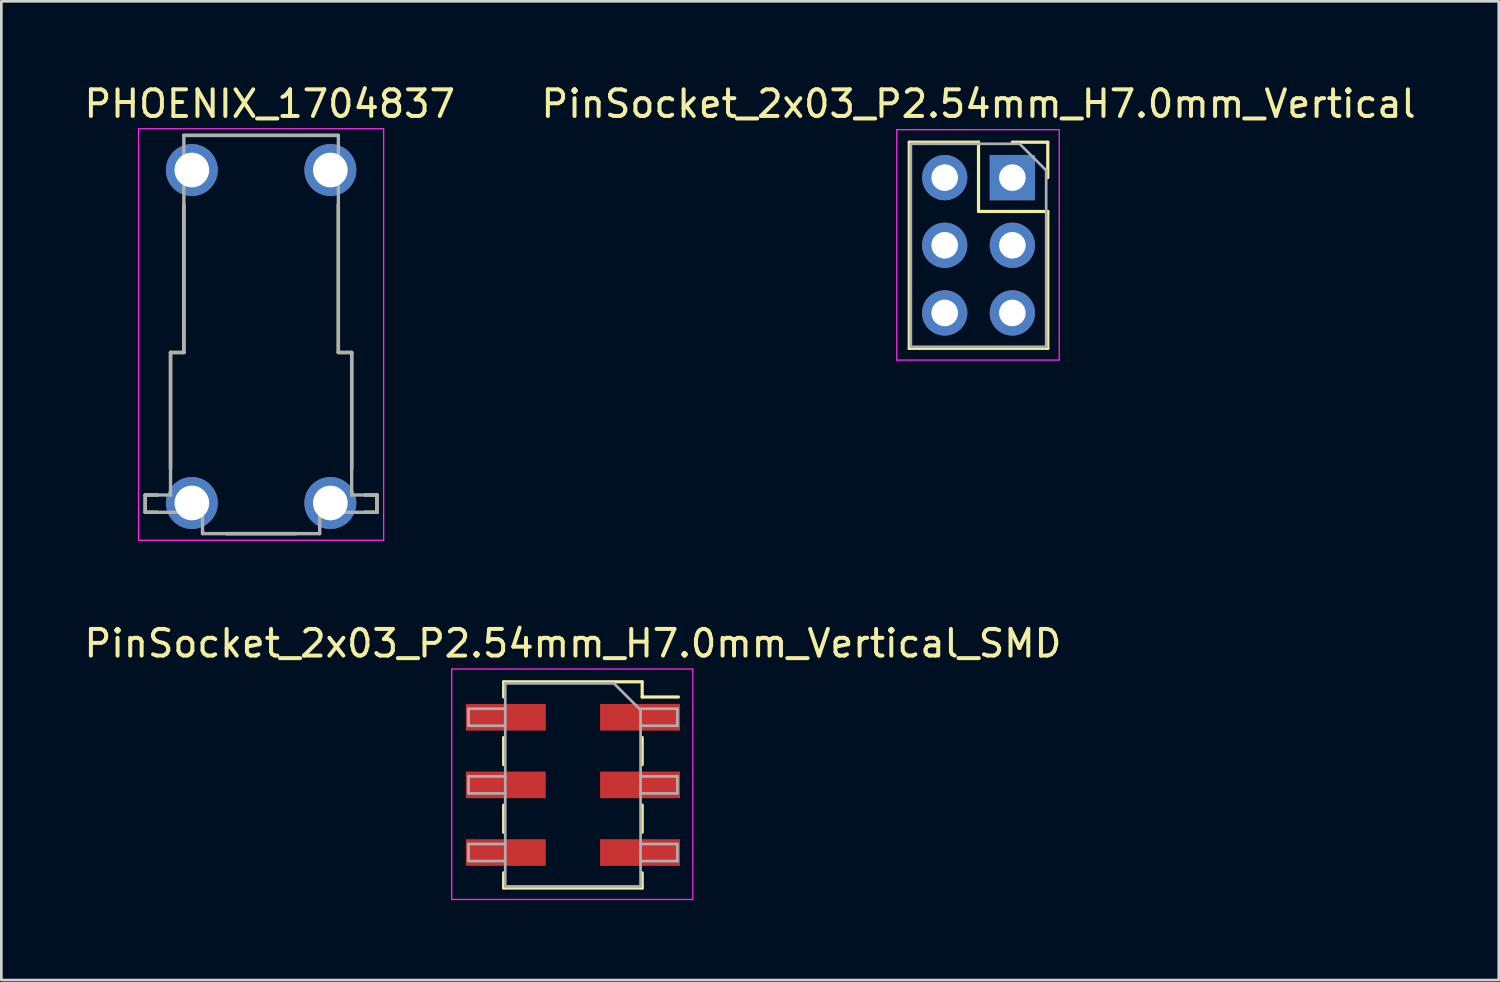
<source format=kicad_pcb>
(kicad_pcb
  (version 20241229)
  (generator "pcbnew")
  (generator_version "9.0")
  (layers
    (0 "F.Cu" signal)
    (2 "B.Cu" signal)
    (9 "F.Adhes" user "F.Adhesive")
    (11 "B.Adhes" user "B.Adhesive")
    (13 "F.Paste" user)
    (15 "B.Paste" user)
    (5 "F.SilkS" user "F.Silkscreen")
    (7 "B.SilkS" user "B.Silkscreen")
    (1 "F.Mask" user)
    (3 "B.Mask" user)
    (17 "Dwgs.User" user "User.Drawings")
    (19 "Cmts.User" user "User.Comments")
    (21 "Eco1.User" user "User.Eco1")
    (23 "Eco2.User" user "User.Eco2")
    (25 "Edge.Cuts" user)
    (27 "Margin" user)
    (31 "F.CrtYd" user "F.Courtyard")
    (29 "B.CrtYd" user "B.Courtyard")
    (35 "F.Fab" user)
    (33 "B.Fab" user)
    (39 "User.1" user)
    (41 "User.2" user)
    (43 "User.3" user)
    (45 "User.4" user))
  (footprint "PinSocket_2x03_P2.54mm_H7.0mm_Vertical_SMD"
    (layer "F.Cu")
    (at 18.458 26.416)
    (property "Reference" "PinSocket_2x03_P2.54mm_H7.0mm_Vertical_SMD" (at 0 -5.31 0) (layer "F.SilkS") (effects (font (size 1 1) (thickness 0.15))))
    (attr smd)
    (fp_line (start -2.6 -3.87) (end -2.6 -3.3) (stroke (width 0.12) (type solid)) (layer "F.SilkS"))
    (fp_line (start -2.6 -3.87) (end 2.6 -3.87) (stroke (width 0.12) (type solid)) (layer "F.SilkS"))
    (fp_line (start -2.6 -1.78) (end -2.6 -0.76) (stroke (width 0.12) (type solid)) (layer "F.SilkS"))
    (fp_line (start -2.6 0.76) (end -2.6 1.78) (stroke (width 0.12) (type solid)) (layer "F.SilkS"))
    (fp_line (start -2.6 3.3) (end -2.6 3.87) (stroke (width 0.12) (type solid)) (layer "F.SilkS"))
    (fp_line (start -2.6 3.87) (end 2.6 3.87) (stroke (width 0.12) (type solid)) (layer "F.SilkS"))
    (fp_line (start 2.6 -3.87) (end 2.6 -3.3) (stroke (width 0.12) (type solid)) (layer "F.SilkS"))
    (fp_line (start 2.6 -3.3) (end 3.96 -3.3) (stroke (width 0.12) (type solid)) (layer "F.SilkS"))
    (fp_line (start 2.6 -1.78) (end 2.6 -0.76) (stroke (width 0.12) (type solid)) (layer "F.SilkS"))
    (fp_line (start 2.6 0.76) (end 2.6 1.78) (stroke (width 0.12) (type solid)) (layer "F.SilkS"))
    (fp_line (start 2.6 3.3) (end 2.6 3.87) (stroke (width 0.12) (type solid)) (layer "F.SilkS"))
    (fp_line (start -4.55 -4.35) (end 4.5 -4.35) (stroke (width 0.05) (type solid)) (layer "F.CrtYd"))
    (fp_line (start -4.55 4.3) (end -4.55 -4.35) (stroke (width 0.05) (type solid)) (layer "F.CrtYd"))
    (fp_line (start 4.5 -4.35) (end 4.5 4.3) (stroke (width 0.05) (type solid)) (layer "F.CrtYd"))
    (fp_line (start 4.5 4.3) (end -4.55 4.3) (stroke (width 0.05) (type solid)) (layer "F.CrtYd"))
    (fp_line (start -3.92 -2.86) (end -2.54 -2.86) (stroke (width 0.1) (type solid)) (layer "F.Fab"))
    (fp_line (start -3.92 -2.22) (end -3.92 -2.86) (stroke (width 0.1) (type solid)) (layer "F.Fab"))
    (fp_line (start -3.92 -0.32) (end -2.54 -0.32) (stroke (width 0.1) (type solid)) (layer "F.Fab"))
    (fp_line (start -3.92 0.32) (end -3.92 -0.32) (stroke (width 0.1) (type solid)) (layer "F.Fab"))
    (fp_line (start -3.92 2.22) (end -2.54 2.22) (stroke (width 0.1) (type solid)) (layer "F.Fab"))
    (fp_line (start -3.92 2.86) (end -3.92 2.22) (stroke (width 0.1) (type solid)) (layer "F.Fab"))
    (fp_line (start -2.54 -3.81) (end 1.54 -3.81) (stroke (width 0.1) (type solid)) (layer "F.Fab"))
    (fp_line (start -2.54 -2.22) (end -3.92 -2.22) (stroke (width 0.1) (type solid)) (layer "F.Fab"))
    (fp_line (start -2.54 0.32) (end -3.92 0.32) (stroke (width 0.1) (type solid)) (layer "F.Fab"))
    (fp_line (start -2.54 2.86) (end -3.92 2.86) (stroke (width 0.1) (type solid)) (layer "F.Fab"))
    (fp_line (start -2.54 3.81) (end -2.54 -3.81) (stroke (width 0.1) (type solid)) (layer "F.Fab"))
    (fp_line (start 1.54 -3.81) (end 2.54 -2.81) (stroke (width 0.1) (type solid)) (layer "F.Fab"))
    (fp_line (start 2.54 -2.86) (end 3.92 -2.86) (stroke (width 0.1) (type solid)) (layer "F.Fab"))
    (fp_line (start 2.54 -2.81) (end 2.54 3.81) (stroke (width 0.1) (type solid)) (layer "F.Fab"))
    (fp_line (start 2.54 -0.32) (end 3.92 -0.32) (stroke (width 0.1) (type solid)) (layer "F.Fab"))
    (fp_line (start 2.54 2.22) (end 3.92 2.22) (stroke (width 0.1) (type solid)) (layer "F.Fab"))
    (fp_line (start 2.54 3.81) (end -2.54 3.81) (stroke (width 0.1) (type solid)) (layer "F.Fab"))
    (fp_line (start 3.92 -2.86) (end 3.92 -2.22) (stroke (width 0.1) (type solid)) (layer "F.Fab"))
    (fp_line (start 3.92 -2.22) (end 2.54 -2.22) (stroke (width 0.1) (type solid)) (layer "F.Fab"))
    (fp_line (start 3.92 -0.32) (end 3.92 0.32) (stroke (width 0.1) (type solid)) (layer "F.Fab"))
    (fp_line (start 3.92 0.32) (end 2.54 0.32) (stroke (width 0.1) (type solid)) (layer "F.Fab"))
    (fp_line (start 3.92 2.22) (end 3.92 2.86) (stroke (width 0.1) (type solid)) (layer "F.Fab"))
    (fp_line (start 3.92 2.86) (end 2.54 2.86) (stroke (width 0.1) (type solid)) (layer "F.Fab"))
    (pad "1" smd rect (at 2.52 -2.54) (size 3 1) (layers "F.Cu" "F.Mask" "F.Paste"))
    (pad "2" smd rect (at -2.52 -2.54) (size 3 1) (layers "F.Cu" "F.Mask" "F.Paste"))
    (pad "3" smd rect (at 2.52 0) (size 3 1) (layers "F.Cu" "F.Mask" "F.Paste"))
    (pad "4" smd rect (at -2.52 0) (size 3 1) (layers "F.Cu" "F.Mask" "F.Paste"))
    (pad "5" smd rect (at 2.52 2.54) (size 3 1) (layers "F.Cu" "F.Mask" "F.Paste"))
    (pad "6" smd rect (at -2.52 2.54) (size 3 1) (layers "F.Cu" "F.Mask" "F.Paste")))
  (footprint "PinSocket_2x03_P2.54mm_H7.0mm_Vertical"
    (layer "F.Cu")
    (at 34.955 3.618)
    (property "Reference" "PinSocket_2x03_P2.54mm_H7.0mm_Vertical" (at -1.27 -2.77 0) (layer "F.SilkS") (effects (font (size 1 1) (thickness 0.15))))
    (attr through_hole)
    (fp_line (start -3.87 -1.33) (end -3.87 6.41) (stroke (width 0.12) (type solid)) (layer "F.SilkS"))
    (fp_line (start -3.87 -1.33) (end -1.27 -1.33) (stroke (width 0.12) (type solid)) (layer "F.SilkS"))
    (fp_line (start -3.87 6.41) (end 1.33 6.41) (stroke (width 0.12) (type solid)) (layer "F.SilkS"))
    (fp_line (start -1.27 -1.33) (end -1.27 1.27) (stroke (width 0.12) (type solid)) (layer "F.SilkS"))
    (fp_line (start -1.27 1.27) (end 1.33 1.27) (stroke (width 0.12) (type solid)) (layer "F.SilkS"))
    (fp_line (start 0 -1.33) (end 1.33 -1.33) (stroke (width 0.12) (type solid)) (layer "F.SilkS"))
    (fp_line (start 1.33 -1.33) (end 1.33 0) (stroke (width 0.12) (type solid)) (layer "F.SilkS"))
    (fp_line (start 1.33 1.27) (end 1.33 6.41) (stroke (width 0.12) (type solid)) (layer "F.SilkS"))
    (fp_line (start -4.34 -1.8) (end 1.76 -1.8) (stroke (width 0.05) (type solid)) (layer "F.CrtYd"))
    (fp_line (start -4.34 6.85) (end -4.34 -1.8) (stroke (width 0.05) (type solid)) (layer "F.CrtYd"))
    (fp_line (start 1.76 -1.8) (end 1.76 6.85) (stroke (width 0.05) (type solid)) (layer "F.CrtYd"))
    (fp_line (start 1.76 6.85) (end -4.34 6.85) (stroke (width 0.05) (type solid)) (layer "F.CrtYd"))
    (fp_line (start -3.81 -1.27) (end 0.27 -1.27) (stroke (width 0.1) (type solid)) (layer "F.Fab"))
    (fp_line (start -3.81 6.35) (end -3.81 -1.27) (stroke (width 0.1) (type solid)) (layer "F.Fab"))
    (fp_line (start 0.27 -1.27) (end 1.27 -0.27) (stroke (width 0.1) (type solid)) (layer "F.Fab"))
    (fp_line (start 1.27 -0.27) (end 1.27 6.35) (stroke (width 0.1) (type solid)) (layer "F.Fab"))
    (fp_line (start 1.27 6.35) (end -3.81 6.35) (stroke (width 0.1) (type solid)) (layer "F.Fab"))
    (pad "1" thru_hole rect (at 0 0) (size 1.7 1.7) (drill 1) (layers "*.Cu" "*.Mask"))
    (pad "2" thru_hole oval (at -2.54 0) (size 1.7 1.7) (drill 1) (layers "*.Cu" "*.Mask"))
    (pad "3" thru_hole oval (at 0 2.54) (size 1.7 1.7) (drill 1) (layers "*.Cu" "*.Mask"))
    (pad "4" thru_hole oval (at -2.54 2.54) (size 1.7 1.7) (drill 1) (layers "*.Cu" "*.Mask"))
    (pad "5" thru_hole oval (at 0 5.08) (size 1.7 1.7) (drill 1) (layers "*.Cu" "*.Mask"))
    (pad "6" thru_hole oval (at -2.54 5.08) (size 1.7 1.7) (drill 1) (layers "*.Cu" "*.Mask")))
  (footprint "PHOENIX_1704837"
    (layer "F.Cu")
    (at 2.402 16.983)
    (property "Reference" "PHOENIX_1704837" (at 4.675 -16.135 0) (layer "F.SilkS") (effects (font (size 1 1) (thickness 0.15))))
    (attr through_hole)
    (fp_line (start 0 -1.45) (end 0.455 -1.45) (stroke (width 0.127) (type solid)) (layer "F.SilkS"))
    (fp_line (start 0 -0.8) (end 0 -1.45) (stroke (width 0.127) (type solid)) (layer "F.SilkS"))
    (fp_line (start 0.455 -0.8) (end 0 -0.8) (stroke (width 0.127) (type solid)) (layer "F.SilkS"))
    (fp_line (start 0.95 -6.8) (end 1.45 -6.8) (stroke (width 0.127) (type solid)) (layer "F.SilkS"))
    (fp_line (start 0.95 -2.445) (end 0.95 -6.8) (stroke (width 0.127) (type solid)) (layer "F.SilkS"))
    (fp_line (start 1.45 -14.95) (end 7.25 -14.95) (stroke (width 0.127) (type solid)) (layer "F.SilkS"))
    (fp_line (start 1.45 -6.8) (end 1.45 -12.355) (stroke (width 0.127) (type solid)) (layer "F.SilkS"))
    (fp_line (start 3.045 0) (end 5.655 0) (stroke (width 0.127) (type solid)) (layer "F.SilkS"))
    (fp_line (start 7.25 -6.8) (end 7.25 -12.355) (stroke (width 0.127) (type solid)) (layer "F.SilkS"))
    (fp_line (start 7.25 -6.8) (end 7.75 -6.8) (stroke (width 0.127) (type solid)) (layer "F.SilkS"))
    (fp_line (start 7.75 -6.8) (end 7.75 -2.445) (stroke (width 0.127) (type solid)) (layer "F.SilkS"))
    (fp_line (start 8.245 -1.45) (end 8.7 -1.45) (stroke (width 0.127) (type solid)) (layer "F.SilkS"))
    (fp_line (start 8.7 -1.45) (end 8.7 -0.8) (stroke (width 0.127) (type solid)) (layer "F.SilkS"))
    (fp_line (start 8.7 -0.8) (end 8.245 -0.8) (stroke (width 0.127) (type solid)) (layer "F.SilkS"))
    (fp_line (start -0.25 -15.2) (end -0.25 0.25) (stroke (width 0.05) (type solid)) (layer "F.CrtYd"))
    (fp_line (start -0.25 0.25) (end 8.95 0.25) (stroke (width 0.05) (type solid)) (layer "F.CrtYd"))
    (fp_line (start 8.95 -15.2) (end -0.25 -15.2) (stroke (width 0.05) (type solid)) (layer "F.CrtYd"))
    (fp_line (start 8.95 0.25) (end 8.95 -15.2) (stroke (width 0.05) (type solid)) (layer "F.CrtYd"))
    (fp_line (start 0 -1.45) (end 0.95 -1.45) (stroke (width 0.127) (type solid)) (layer "F.Fab"))
    (fp_line (start 0 -0.8) (end 0 -1.45) (stroke (width 0.127) (type solid)) (layer "F.Fab"))
    (fp_line (start 0.95 -6.8) (end 1.45 -6.8) (stroke (width 0.127) (type solid)) (layer "F.Fab"))
    (fp_line (start 0.95 -1.45) (end 0.95 -6.8) (stroke (width 0.127) (type solid)) (layer "F.Fab"))
    (fp_line (start 1.45 -14.95) (end 7.25 -14.95) (stroke (width 0.127) (type solid)) (layer "F.Fab"))
    (fp_line (start 1.45 -6.8) (end 1.45 -14.95) (stroke (width 0.127) (type solid)) (layer "F.Fab"))
    (fp_line (start 2.15 -0.8) (end 0 -0.8) (stroke (width 0.127) (type solid)) (layer "F.Fab"))
    (fp_line (start 2.15 0) (end 2.15 -0.8) (stroke (width 0.127) (type solid)) (layer "F.Fab"))
    (fp_line (start 6.55 -0.8) (end 6.55 0) (stroke (width 0.127) (type solid)) (layer "F.Fab"))
    (fp_line (start 6.55 0) (end 2.15 0) (stroke (width 0.127) (type solid)) (layer "F.Fab"))
    (fp_line (start 7.25 -14.95) (end 7.25 -6.8) (stroke (width 0.127) (type solid)) (layer "F.Fab"))
    (fp_line (start 7.25 -6.8) (end 7.75 -6.8) (stroke (width 0.127) (type solid)) (layer "F.Fab"))
    (fp_line (start 7.75 -6.8) (end 7.75 -1.45) (stroke (width 0.127) (type solid)) (layer "F.Fab"))
    (fp_line (start 7.75 -1.45) (end 8.7 -1.45) (stroke (width 0.127) (type solid)) (layer "F.Fab"))
    (fp_line (start 8.7 -1.45) (end 8.7 -0.8) (stroke (width 0.127) (type solid)) (layer "F.Fab"))
    (fp_line (start 8.7 -0.8) (end 6.55 -0.8) (stroke (width 0.127) (type solid)) (layer "F.Fab"))
    (pad "1" thru_hole circle (at 1.75 -13.65) (size 1.95 1.95) (drill 1.3) (layers "*.Cu" "*.Mask"))
    (pad "1" thru_hole circle (at 1.75 -1.15) (size 1.95 1.95) (drill 1.3) (layers "*.Cu" "*.Mask"))
    (pad "1" thru_hole circle (at 6.95 -13.65) (size 1.95 1.95) (drill 1.3) (layers "*.Cu" "*.Mask"))
    (pad "1" thru_hole circle (at 6.95 -1.15) (size 1.95 1.95) (drill 1.3) (layers "*.Cu" "*.Mask")))
  (gr_rect
    (start -3 -3)
    (end 53.214 33.742)
    (stroke (width 0.1) (type default))
    (fill no)
    (layer "Edge.Cuts")))
</source>
